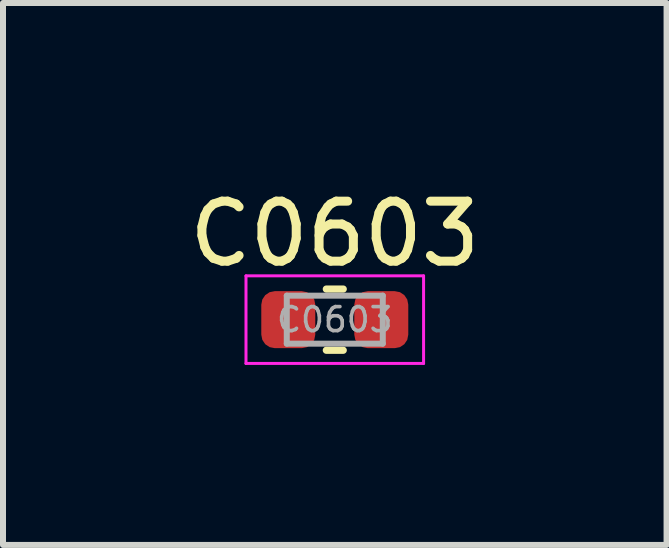
<source format=kicad_pcb>
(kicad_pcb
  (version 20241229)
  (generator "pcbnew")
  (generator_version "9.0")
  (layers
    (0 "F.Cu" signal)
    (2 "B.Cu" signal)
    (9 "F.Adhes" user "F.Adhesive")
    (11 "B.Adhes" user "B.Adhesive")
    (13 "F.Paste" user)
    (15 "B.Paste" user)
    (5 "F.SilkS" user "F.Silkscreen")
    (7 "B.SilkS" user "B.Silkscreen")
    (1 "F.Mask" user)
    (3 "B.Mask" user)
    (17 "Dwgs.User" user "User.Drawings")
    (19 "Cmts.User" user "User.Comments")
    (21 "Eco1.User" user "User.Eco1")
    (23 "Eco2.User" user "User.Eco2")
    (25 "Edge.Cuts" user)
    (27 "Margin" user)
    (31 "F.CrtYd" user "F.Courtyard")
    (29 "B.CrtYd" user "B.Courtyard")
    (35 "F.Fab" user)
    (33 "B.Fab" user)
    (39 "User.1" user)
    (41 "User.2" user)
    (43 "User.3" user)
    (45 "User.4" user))
  (footprint "C0603"
    (layer "F.Cu")
    (at 2.53 2.278)
    (property "Reference" "C0603" (at 0 -1.43 0) (layer "F.SilkS") (effects (font (size 1 1) (thickness 0.15))))
    (attr smd)
    (fp_line (start -0.141 -0.51) (end 0.141 -0.51) (stroke (width 0.12) (type solid)) (layer "F.SilkS"))
    (fp_line (start -0.141 0.51) (end 0.141 0.51) (stroke (width 0.12) (type solid)) (layer "F.SilkS"))
    (fp_line (start -1.48 -0.73) (end 1.48 -0.73) (stroke (width 0.05) (type solid)) (layer "F.CrtYd"))
    (fp_line (start -1.48 0.73) (end -1.48 -0.73) (stroke (width 0.05) (type solid)) (layer "F.CrtYd"))
    (fp_line (start 1.48 -0.73) (end 1.48 0.73) (stroke (width 0.05) (type solid)) (layer "F.CrtYd"))
    (fp_line (start 1.48 0.73) (end -1.48 0.73) (stroke (width 0.05) (type solid)) (layer "F.CrtYd"))
    (fp_line (start -0.8 -0.4) (end 0.8 -0.4) (stroke (width 0.1) (type solid)) (layer "F.Fab"))
    (fp_line (start -0.8 0.4) (end -0.8 -0.4) (stroke (width 0.1) (type solid)) (layer "F.Fab"))
    (fp_line (start 0.8 -0.4) (end 0.8 0.4) (stroke (width 0.1) (type solid)) (layer "F.Fab"))
    (fp_line (start 0.8 0.4) (end -0.8 0.4) (stroke (width 0.1) (type solid)) (layer "F.Fab"))
    (fp_text user "${REFERENCE}" (at 0 0 0) (layer "F.Fab") (effects (font (size 0.4 0.4) (thickness 0.06))))
    (pad "1" smd roundrect (at -0.775 0) (size 0.9 0.95) (layers "F.Cu" "F.Mask" "F.Paste") (roundrect_rratio 0.25))
    (pad "2" smd roundrect (at 0.775 0) (size 0.9 0.95) (layers "F.Cu" "F.Mask" "F.Paste") (roundrect_rratio 0.25)))
  (gr_rect
    (start -3 -3)
    (end 8.06 6.033)
    (stroke (width 0.1) (type default))
    (fill no)
    (layer "Edge.Cuts")))
</source>
